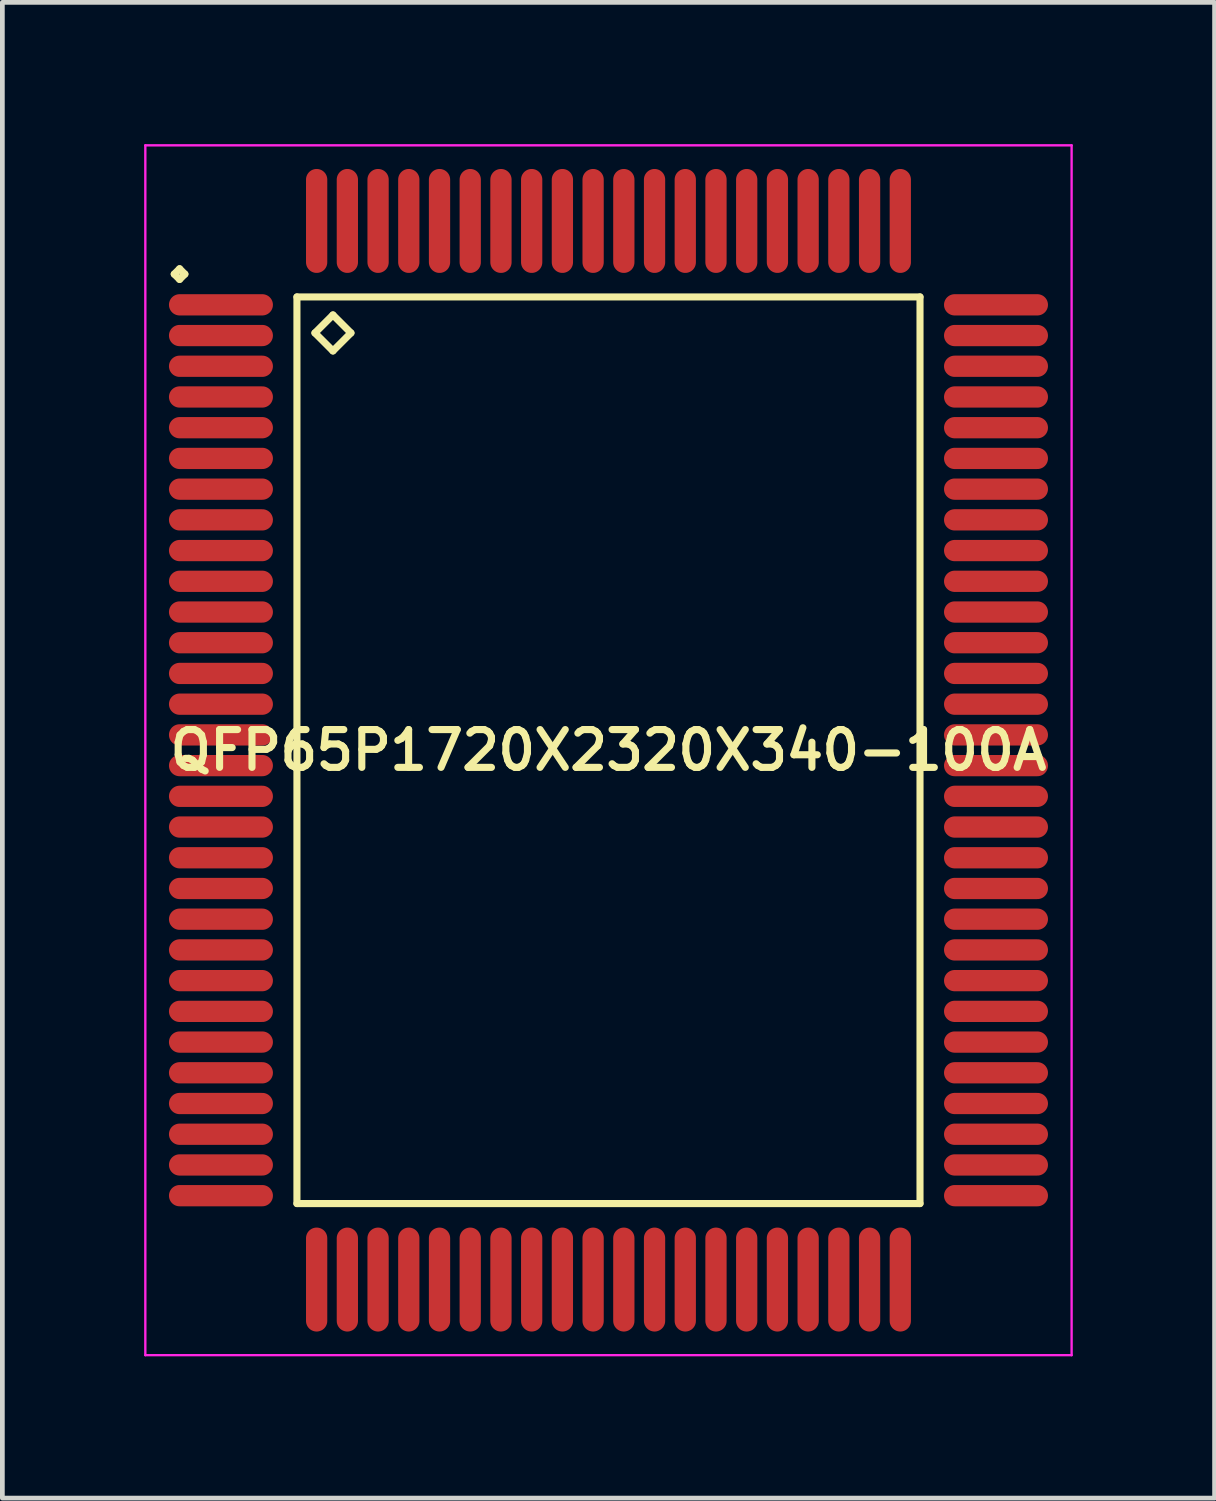
<source format=kicad_pcb>
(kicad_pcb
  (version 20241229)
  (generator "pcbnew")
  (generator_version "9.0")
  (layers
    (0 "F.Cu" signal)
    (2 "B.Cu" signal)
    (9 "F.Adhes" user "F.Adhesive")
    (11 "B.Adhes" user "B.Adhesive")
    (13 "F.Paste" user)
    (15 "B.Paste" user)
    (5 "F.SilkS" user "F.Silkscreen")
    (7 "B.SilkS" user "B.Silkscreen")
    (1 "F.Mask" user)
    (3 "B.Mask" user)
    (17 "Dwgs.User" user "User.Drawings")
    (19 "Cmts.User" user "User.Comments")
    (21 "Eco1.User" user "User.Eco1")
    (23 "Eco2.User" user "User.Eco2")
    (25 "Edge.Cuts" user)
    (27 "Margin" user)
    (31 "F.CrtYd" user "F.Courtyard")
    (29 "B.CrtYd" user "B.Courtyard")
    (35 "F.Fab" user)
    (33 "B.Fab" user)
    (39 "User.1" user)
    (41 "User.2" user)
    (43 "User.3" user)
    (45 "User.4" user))
  (footprint "QFP65P1720X2320X340-100A"
    (layer "F.Cu")
    (at 9.825 12.825)
    (property "Reference" "QFP65P1720X2320X340-100A" (at 0 0 0) (layer "F.SilkS") (effects (font (size 0.8 0.8) (thickness 0.15))))
    (attr smd)
    (fp_line (start -9.188 -10.075) (end -9.075 -10.188) (stroke (width 0.15) (type solid)) (layer "F.SilkS"))
    (fp_line (start -9.075 -10.188) (end -8.963 -10.075) (stroke (width 0.15) (type solid)) (layer "F.SilkS"))
    (fp_line (start -9.075 -9.963) (end -9.188 -10.075) (stroke (width 0.15) (type solid)) (layer "F.SilkS"))
    (fp_line (start -8.963 -10.075) (end -9.075 -9.963) (stroke (width 0.15) (type solid)) (layer "F.SilkS"))
    (fp_line (start -6.592 -9.592) (end -6.592 9.592) (stroke (width 0.15) (type solid)) (layer "F.SilkS"))
    (fp_line (start -6.592 9.592) (end 6.592 9.592) (stroke (width 0.15) (type solid)) (layer "F.SilkS"))
    (fp_line (start -6.211 -8.83) (end -5.83 -9.211) (stroke (width 0.15) (type solid)) (layer "F.SilkS"))
    (fp_line (start -5.83 -9.211) (end -5.449 -8.83) (stroke (width 0.15) (type solid)) (layer "F.SilkS"))
    (fp_line (start -5.83 -8.449) (end -6.211 -8.83) (stroke (width 0.15) (type solid)) (layer "F.SilkS"))
    (fp_line (start -5.449 -8.83) (end -5.83 -8.449) (stroke (width 0.15) (type solid)) (layer "F.SilkS"))
    (fp_line (start 6.592 -9.592) (end -6.592 -9.592) (stroke (width 0.15) (type solid)) (layer "F.SilkS"))
    (fp_line (start 6.592 9.592) (end 6.592 -9.592) (stroke (width 0.15) (type solid)) (layer "F.SilkS"))
    (fp_line (start -9.8 -12.8) (end 9.8 -12.8) (stroke (width 0.05) (type solid)) (layer "F.CrtYd"))
    (fp_line (start -9.8 12.8) (end -9.8 -12.8) (stroke (width 0.05) (type solid)) (layer "F.CrtYd"))
    (fp_line (start 9.8 -12.8) (end 9.8 12.8) (stroke (width 0.05) (type solid)) (layer "F.CrtYd"))
    (fp_line (start 9.8 12.8) (end -9.8 12.8) (stroke (width 0.05) (type solid)) (layer "F.CrtYd"))
    (pad "1" smd oval (at -8.2 -9.425) (size 2.2 0.45) (layers "F.Cu" "F.Mask" "F.Paste"))
    (pad "2" smd oval (at -8.2 -8.775) (size 2.2 0.45) (layers "F.Cu" "F.Mask" "F.Paste"))
    (pad "3" smd oval (at -8.2 -8.125) (size 2.2 0.45) (layers "F.Cu" "F.Mask" "F.Paste"))
    (pad "4" smd oval (at -8.2 -7.475) (size 2.2 0.45) (layers "F.Cu" "F.Mask" "F.Paste"))
    (pad "5" smd oval (at -8.2 -6.825) (size 2.2 0.45) (layers "F.Cu" "F.Mask" "F.Paste"))
    (pad "6" smd oval (at -8.2 -6.175) (size 2.2 0.45) (layers "F.Cu" "F.Mask" "F.Paste"))
    (pad "7" smd oval (at -8.2 -5.525) (size 2.2 0.45) (layers "F.Cu" "F.Mask" "F.Paste"))
    (pad "8" smd oval (at -8.2 -4.875) (size 2.2 0.45) (layers "F.Cu" "F.Mask" "F.Paste"))
    (pad "9" smd oval (at -8.2 -4.225) (size 2.2 0.45) (layers "F.Cu" "F.Mask" "F.Paste"))
    (pad "10" smd oval (at -8.2 -3.575) (size 2.2 0.45) (layers "F.Cu" "F.Mask" "F.Paste"))
    (pad "11" smd oval (at -8.2 -2.925) (size 2.2 0.45) (layers "F.Cu" "F.Mask" "F.Paste"))
    (pad "12" smd oval (at -8.2 -2.275) (size 2.2 0.45) (layers "F.Cu" "F.Mask" "F.Paste"))
    (pad "13" smd oval (at -8.2 -1.625) (size 2.2 0.45) (layers "F.Cu" "F.Mask" "F.Paste"))
    (pad "14" smd oval (at -8.2 -0.975) (size 2.2 0.45) (layers "F.Cu" "F.Mask" "F.Paste"))
    (pad "15" smd oval (at -8.2 -0.325) (size 2.2 0.45) (layers "F.Cu" "F.Mask" "F.Paste"))
    (pad "16" smd oval (at -8.2 0.325) (size 2.2 0.45) (layers "F.Cu" "F.Mask" "F.Paste"))
    (pad "17" smd oval (at -8.2 0.975) (size 2.2 0.45) (layers "F.Cu" "F.Mask" "F.Paste"))
    (pad "18" smd oval (at -8.2 1.625) (size 2.2 0.45) (layers "F.Cu" "F.Mask" "F.Paste"))
    (pad "19" smd oval (at -8.2 2.275) (size 2.2 0.45) (layers "F.Cu" "F.Mask" "F.Paste"))
    (pad "20" smd oval (at -8.2 2.925) (size 2.2 0.45) (layers "F.Cu" "F.Mask" "F.Paste"))
    (pad "21" smd oval (at -8.2 3.575) (size 2.2 0.45) (layers "F.Cu" "F.Mask" "F.Paste"))
    (pad "22" smd oval (at -8.2 4.225) (size 2.2 0.45) (layers "F.Cu" "F.Mask" "F.Paste"))
    (pad "23" smd oval (at -8.2 4.875) (size 2.2 0.45) (layers "F.Cu" "F.Mask" "F.Paste"))
    (pad "24" smd oval (at -8.2 5.525) (size 2.2 0.45) (layers "F.Cu" "F.Mask" "F.Paste"))
    (pad "25" smd oval (at -8.2 6.175) (size 2.2 0.45) (layers "F.Cu" "F.Mask" "F.Paste"))
    (pad "26" smd oval (at -8.2 6.825) (size 2.2 0.45) (layers "F.Cu" "F.Mask" "F.Paste"))
    (pad "27" smd oval (at -8.2 7.475) (size 2.2 0.45) (layers "F.Cu" "F.Mask" "F.Paste"))
    (pad "28" smd oval (at -8.2 8.125) (size 2.2 0.45) (layers "F.Cu" "F.Mask" "F.Paste"))
    (pad "29" smd oval (at -8.2 8.775) (size 2.2 0.45) (layers "F.Cu" "F.Mask" "F.Paste"))
    (pad "30" smd oval (at -8.2 9.425) (size 2.2 0.45) (layers "F.Cu" "F.Mask" "F.Paste"))
    (pad "31" smd oval (at -6.175 11.2) (size 0.45 2.2) (layers "F.Cu" "F.Mask" "F.Paste"))
    (pad "32" smd oval (at -5.525 11.2) (size 0.45 2.2) (layers "F.Cu" "F.Mask" "F.Paste"))
    (pad "33" smd oval (at -4.875 11.2) (size 0.45 2.2) (layers "F.Cu" "F.Mask" "F.Paste"))
    (pad "34" smd oval (at -4.225 11.2) (size 0.45 2.2) (layers "F.Cu" "F.Mask" "F.Paste"))
    (pad "35" smd oval (at -3.575 11.2) (size 0.45 2.2) (layers "F.Cu" "F.Mask" "F.Paste"))
    (pad "36" smd oval (at -2.925 11.2) (size 0.45 2.2) (layers "F.Cu" "F.Mask" "F.Paste"))
    (pad "37" smd oval (at -2.275 11.2) (size 0.45 2.2) (layers "F.Cu" "F.Mask" "F.Paste"))
    (pad "38" smd oval (at -1.625 11.2) (size 0.45 2.2) (layers "F.Cu" "F.Mask" "F.Paste"))
    (pad "39" smd oval (at -0.975 11.2) (size 0.45 2.2) (layers "F.Cu" "F.Mask" "F.Paste"))
    (pad "40" smd oval (at -0.325 11.2) (size 0.45 2.2) (layers "F.Cu" "F.Mask" "F.Paste"))
    (pad "41" smd oval (at 0.325 11.2) (size 0.45 2.2) (layers "F.Cu" "F.Mask" "F.Paste"))
    (pad "42" smd oval (at 0.975 11.2) (size 0.45 2.2) (layers "F.Cu" "F.Mask" "F.Paste"))
    (pad "43" smd oval (at 1.625 11.2) (size 0.45 2.2) (layers "F.Cu" "F.Mask" "F.Paste"))
    (pad "44" smd oval (at 2.275 11.2) (size 0.45 2.2) (layers "F.Cu" "F.Mask" "F.Paste"))
    (pad "45" smd oval (at 2.925 11.2) (size 0.45 2.2) (layers "F.Cu" "F.Mask" "F.Paste"))
    (pad "46" smd oval (at 3.575 11.2) (size 0.45 2.2) (layers "F.Cu" "F.Mask" "F.Paste"))
    (pad "47" smd oval (at 4.225 11.2) (size 0.45 2.2) (layers "F.Cu" "F.Mask" "F.Paste"))
    (pad "48" smd oval (at 4.875 11.2) (size 0.45 2.2) (layers "F.Cu" "F.Mask" "F.Paste"))
    (pad "49" smd oval (at 5.525 11.2) (size 0.45 2.2) (layers "F.Cu" "F.Mask" "F.Paste"))
    (pad "50" smd oval (at 6.175 11.2) (size 0.45 2.2) (layers "F.Cu" "F.Mask" "F.Paste"))
    (pad "51" smd oval (at 8.2 9.425) (size 2.2 0.45) (layers "F.Cu" "F.Mask" "F.Paste"))
    (pad "52" smd oval (at 8.2 8.775) (size 2.2 0.45) (layers "F.Cu" "F.Mask" "F.Paste"))
    (pad "53" smd oval (at 8.2 8.125) (size 2.2 0.45) (layers "F.Cu" "F.Mask" "F.Paste"))
    (pad "54" smd oval (at 8.2 7.475) (size 2.2 0.45) (layers "F.Cu" "F.Mask" "F.Paste"))
    (pad "55" smd oval (at 8.2 6.825) (size 2.2 0.45) (layers "F.Cu" "F.Mask" "F.Paste"))
    (pad "56" smd oval (at 8.2 6.175) (size 2.2 0.45) (layers "F.Cu" "F.Mask" "F.Paste"))
    (pad "57" smd oval (at 8.2 5.525) (size 2.2 0.45) (layers "F.Cu" "F.Mask" "F.Paste"))
    (pad "58" smd oval (at 8.2 4.875) (size 2.2 0.45) (layers "F.Cu" "F.Mask" "F.Paste"))
    (pad "59" smd oval (at 8.2 4.225) (size 2.2 0.45) (layers "F.Cu" "F.Mask" "F.Paste"))
    (pad "60" smd oval (at 8.2 3.575) (size 2.2 0.45) (layers "F.Cu" "F.Mask" "F.Paste"))
    (pad "61" smd oval (at 8.2 2.925) (size 2.2 0.45) (layers "F.Cu" "F.Mask" "F.Paste"))
    (pad "62" smd oval (at 8.2 2.275) (size 2.2 0.45) (layers "F.Cu" "F.Mask" "F.Paste"))
    (pad "63" smd oval (at 8.2 1.625) (size 2.2 0.45) (layers "F.Cu" "F.Mask" "F.Paste"))
    (pad "64" smd oval (at 8.2 0.975) (size 2.2 0.45) (layers "F.Cu" "F.Mask" "F.Paste"))
    (pad "65" smd oval (at 8.2 0.325) (size 2.2 0.45) (layers "F.Cu" "F.Mask" "F.Paste"))
    (pad "66" smd oval (at 8.2 -0.325) (size 2.2 0.45) (layers "F.Cu" "F.Mask" "F.Paste"))
    (pad "67" smd oval (at 8.2 -0.975) (size 2.2 0.45) (layers "F.Cu" "F.Mask" "F.Paste"))
    (pad "68" smd oval (at 8.2 -1.625) (size 2.2 0.45) (layers "F.Cu" "F.Mask" "F.Paste"))
    (pad "69" smd oval (at 8.2 -2.275) (size 2.2 0.45) (layers "F.Cu" "F.Mask" "F.Paste"))
    (pad "70" smd oval (at 8.2 -2.925) (size 2.2 0.45) (layers "F.Cu" "F.Mask" "F.Paste"))
    (pad "71" smd oval (at 8.2 -3.575) (size 2.2 0.45) (layers "F.Cu" "F.Mask" "F.Paste"))
    (pad "72" smd oval (at 8.2 -4.225) (size 2.2 0.45) (layers "F.Cu" "F.Mask" "F.Paste"))
    (pad "73" smd oval (at 8.2 -4.875) (size 2.2 0.45) (layers "F.Cu" "F.Mask" "F.Paste"))
    (pad "74" smd oval (at 8.2 -5.525) (size 2.2 0.45) (layers "F.Cu" "F.Mask" "F.Paste"))
    (pad "75" smd oval (at 8.2 -6.175) (size 2.2 0.45) (layers "F.Cu" "F.Mask" "F.Paste"))
    (pad "76" smd oval (at 8.2 -6.825) (size 2.2 0.45) (layers "F.Cu" "F.Mask" "F.Paste"))
    (pad "77" smd oval (at 8.2 -7.475) (size 2.2 0.45) (layers "F.Cu" "F.Mask" "F.Paste"))
    (pad "78" smd oval (at 8.2 -8.125) (size 2.2 0.45) (layers "F.Cu" "F.Mask" "F.Paste"))
    (pad "79" smd oval (at 8.2 -8.775) (size 2.2 0.45) (layers "F.Cu" "F.Mask" "F.Paste"))
    (pad "80" smd oval (at 8.2 -9.425) (size 2.2 0.45) (layers "F.Cu" "F.Mask" "F.Paste"))
    (pad "81" smd oval (at 6.175 -11.2) (size 0.45 2.2) (layers "F.Cu" "F.Mask" "F.Paste"))
    (pad "82" smd oval (at 5.525 -11.2) (size 0.45 2.2) (layers "F.Cu" "F.Mask" "F.Paste"))
    (pad "83" smd oval (at 4.875 -11.2) (size 0.45 2.2) (layers "F.Cu" "F.Mask" "F.Paste"))
    (pad "84" smd oval (at 4.225 -11.2) (size 0.45 2.2) (layers "F.Cu" "F.Mask" "F.Paste"))
    (pad "85" smd oval (at 3.575 -11.2) (size 0.45 2.2) (layers "F.Cu" "F.Mask" "F.Paste"))
    (pad "86" smd oval (at 2.925 -11.2) (size 0.45 2.2) (layers "F.Cu" "F.Mask" "F.Paste"))
    (pad "87" smd oval (at 2.275 -11.2) (size 0.45 2.2) (layers "F.Cu" "F.Mask" "F.Paste"))
    (pad "88" smd oval (at 1.625 -11.2) (size 0.45 2.2) (layers "F.Cu" "F.Mask" "F.Paste"))
    (pad "89" smd oval (at 0.975 -11.2) (size 0.45 2.2) (layers "F.Cu" "F.Mask" "F.Paste"))
    (pad "90" smd oval (at 0.325 -11.2) (size 0.45 2.2) (layers "F.Cu" "F.Mask" "F.Paste"))
    (pad "91" smd oval (at -0.325 -11.2) (size 0.45 2.2) (layers "F.Cu" "F.Mask" "F.Paste"))
    (pad "92" smd oval (at -0.975 -11.2) (size 0.45 2.2) (layers "F.Cu" "F.Mask" "F.Paste"))
    (pad "93" smd oval (at -1.625 -11.2) (size 0.45 2.2) (layers "F.Cu" "F.Mask" "F.Paste"))
    (pad "94" smd oval (at -2.275 -11.2) (size 0.45 2.2) (layers "F.Cu" "F.Mask" "F.Paste"))
    (pad "95" smd oval (at -2.925 -11.2) (size 0.45 2.2) (layers "F.Cu" "F.Mask" "F.Paste"))
    (pad "96" smd oval (at -3.575 -11.2) (size 0.45 2.2) (layers "F.Cu" "F.Mask" "F.Paste"))
    (pad "97" smd oval (at -4.225 -11.2) (size 0.45 2.2) (layers "F.Cu" "F.Mask" "F.Paste"))
    (pad "98" smd oval (at -4.875 -11.2) (size 0.45 2.2) (layers "F.Cu" "F.Mask" "F.Paste"))
    (pad "99" smd oval (at -5.525 -11.2) (size 0.45 2.2) (layers "F.Cu" "F.Mask" "F.Paste"))
    (pad "100" smd oval (at -6.175 -11.2) (size 0.45 2.2) (layers "F.Cu" "F.Mask" "F.Paste")))
  (gr_rect
    (start -3 -3)
    (end 22.65 28.65)
    (stroke (width 0.1) (type default))
    (fill no)
    (layer "Edge.Cuts")))
</source>
